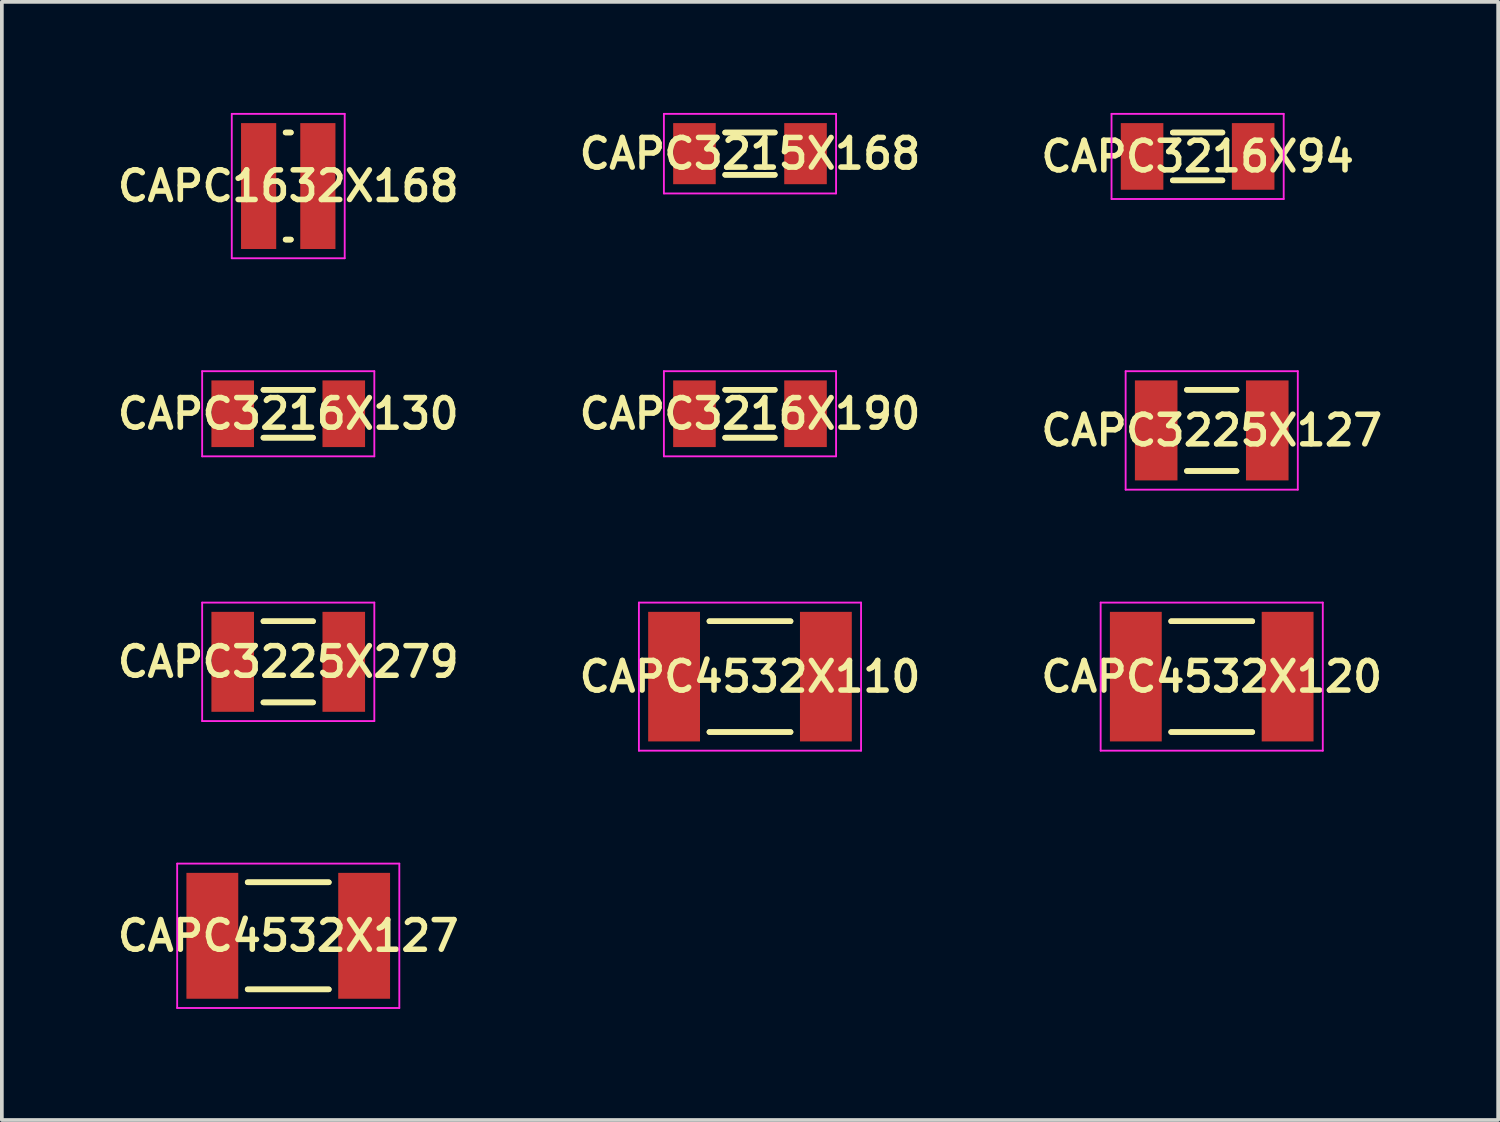
<source format=kicad_pcb>
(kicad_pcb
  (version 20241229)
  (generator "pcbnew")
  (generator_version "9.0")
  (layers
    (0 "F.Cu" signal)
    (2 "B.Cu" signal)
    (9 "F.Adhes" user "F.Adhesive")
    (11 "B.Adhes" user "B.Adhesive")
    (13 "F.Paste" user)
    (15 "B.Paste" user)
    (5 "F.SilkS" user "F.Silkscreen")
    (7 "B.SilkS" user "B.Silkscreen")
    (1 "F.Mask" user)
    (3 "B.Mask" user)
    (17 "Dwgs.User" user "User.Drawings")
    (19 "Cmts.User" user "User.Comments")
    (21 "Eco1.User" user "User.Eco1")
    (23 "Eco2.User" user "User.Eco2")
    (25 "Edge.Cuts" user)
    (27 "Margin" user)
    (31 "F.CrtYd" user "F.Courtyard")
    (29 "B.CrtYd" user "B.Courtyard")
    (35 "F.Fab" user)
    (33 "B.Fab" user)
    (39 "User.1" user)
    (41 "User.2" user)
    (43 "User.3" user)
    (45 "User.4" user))
  (footprint "CAPC3225X279"
    (layer "F.Cu")
    (at 4.735 14.825)
    (property "Reference" "CAPC3225X279" (at 0 0 0) (layer "F.SilkS") (effects (font (size 0.8 0.8) (thickness 0.15))))
    (attr smd)
    (fp_line (start -0.671 -1.096) (end 0.671 -1.096) (stroke (width 0.15) (type solid)) (layer "F.SilkS"))
    (fp_line (start -0.671 1.096) (end 0.671 1.096) (stroke (width 0.15) (type solid)) (layer "F.SilkS"))
    (fp_line (start 0.671 -1.096) (end -0.671 -1.096) (stroke (width 0.15) (type solid)) (layer "F.SilkS"))
    (fp_line (start 0.671 1.096) (end -0.671 1.096) (stroke (width 0.15) (type solid)) (layer "F.SilkS"))
    (fp_line (start -2.325 -1.6) (end 2.325 -1.6) (stroke (width 0.05) (type solid)) (layer "F.CrtYd"))
    (fp_line (start -2.325 1.6) (end -2.325 -1.6) (stroke (width 0.05) (type solid)) (layer "F.CrtYd"))
    (fp_line (start 2.325 -1.6) (end 2.325 1.6) (stroke (width 0.05) (type solid)) (layer "F.CrtYd"))
    (fp_line (start 2.325 1.6) (end -2.325 1.6) (stroke (width 0.05) (type solid)) (layer "F.CrtYd"))
    (pad "1" smd rect (at -1.5 0) (size 1.15 2.7) (layers "F.Cu" "F.Mask" "F.Paste"))
    (pad "2" smd rect (at 1.5 0) (size 1.15 2.7) (layers "F.Cu" "F.Mask" "F.Paste")))
  (footprint "CAPC3215X168"
    (layer "F.Cu")
    (at 17.206 1.1)
    (property "Reference" "CAPC3215X168" (at 0 0 0) (layer "F.SilkS") (effects (font (size 0.8 0.8) (thickness 0.15))))
    (attr smd)
    (fp_line (start -0.671 -0.571) (end 0.671 -0.571) (stroke (width 0.15) (type solid)) (layer "F.SilkS"))
    (fp_line (start -0.671 0.571) (end 0.671 0.571) (stroke (width 0.15) (type solid)) (layer "F.SilkS"))
    (fp_line (start 0.671 -0.571) (end -0.671 -0.571) (stroke (width 0.15) (type solid)) (layer "F.SilkS"))
    (fp_line (start 0.671 0.571) (end -0.671 0.571) (stroke (width 0.15) (type solid)) (layer "F.SilkS"))
    (fp_line (start -2.325 -1.075) (end 2.325 -1.075) (stroke (width 0.05) (type solid)) (layer "F.CrtYd"))
    (fp_line (start -2.325 1.075) (end -2.325 -1.075) (stroke (width 0.05) (type solid)) (layer "F.CrtYd"))
    (fp_line (start 2.325 -1.075) (end 2.325 1.075) (stroke (width 0.05) (type solid)) (layer "F.CrtYd"))
    (fp_line (start 2.325 1.075) (end -2.325 1.075) (stroke (width 0.05) (type solid)) (layer "F.CrtYd"))
    (pad "1" smd rect (at -1.5 0) (size 1.15 1.65) (layers "F.Cu" "F.Mask" "F.Paste"))
    (pad "2" smd rect (at 1.5 0) (size 1.15 1.65) (layers "F.Cu" "F.Mask" "F.Paste")))
  (footprint "CAPC3216X94"
    (layer "F.Cu")
    (at 29.296 1.175)
    (property "Reference" "CAPC3216X94" (at 0 0 0) (layer "F.SilkS") (effects (font (size 0.8 0.8) (thickness 0.15))))
    (attr smd)
    (fp_line (start -0.671 -0.646) (end 0.671 -0.646) (stroke (width 0.15) (type solid)) (layer "F.SilkS"))
    (fp_line (start -0.671 0.646) (end 0.671 0.646) (stroke (width 0.15) (type solid)) (layer "F.SilkS"))
    (fp_line (start 0.671 -0.646) (end -0.671 -0.646) (stroke (width 0.15) (type solid)) (layer "F.SilkS"))
    (fp_line (start 0.671 0.646) (end -0.671 0.646) (stroke (width 0.15) (type solid)) (layer "F.SilkS"))
    (fp_line (start -2.325 -1.15) (end 2.325 -1.15) (stroke (width 0.05) (type solid)) (layer "F.CrtYd"))
    (fp_line (start -2.325 1.15) (end -2.325 -1.15) (stroke (width 0.05) (type solid)) (layer "F.CrtYd"))
    (fp_line (start 2.325 -1.15) (end 2.325 1.15) (stroke (width 0.05) (type solid)) (layer "F.CrtYd"))
    (fp_line (start 2.325 1.15) (end -2.325 1.15) (stroke (width 0.05) (type solid)) (layer "F.CrtYd"))
    (pad "1" smd rect (at -1.5 0) (size 1.15 1.8) (layers "F.Cu" "F.Mask" "F.Paste"))
    (pad "2" smd rect (at 1.5 0) (size 1.15 1.8) (layers "F.Cu" "F.Mask" "F.Paste")))
  (footprint "CAPC4532X127"
    (layer "F.Cu")
    (at 4.735 22.225)
    (property "Reference" "CAPC4532X127" (at 0 0 0) (layer "F.SilkS") (effects (font (size 0.8 0.8) (thickness 0.15))))
    (attr smd)
    (fp_line (start -1.096 -1.446) (end 1.096 -1.446) (stroke (width 0.15) (type solid)) (layer "F.SilkS"))
    (fp_line (start -1.096 1.446) (end 1.096 1.446) (stroke (width 0.15) (type solid)) (layer "F.SilkS"))
    (fp_line (start 1.096 -1.446) (end -1.096 -1.446) (stroke (width 0.15) (type solid)) (layer "F.SilkS"))
    (fp_line (start 1.096 1.446) (end -1.096 1.446) (stroke (width 0.15) (type solid)) (layer "F.SilkS"))
    (fp_line (start -3 -1.95) (end 3 -1.95) (stroke (width 0.05) (type solid)) (layer "F.CrtYd"))
    (fp_line (start -3 1.95) (end -3 -1.95) (stroke (width 0.05) (type solid)) (layer "F.CrtYd"))
    (fp_line (start 3 -1.95) (end 3 1.95) (stroke (width 0.05) (type solid)) (layer "F.CrtYd"))
    (fp_line (start 3 1.95) (end -3 1.95) (stroke (width 0.05) (type solid)) (layer "F.CrtYd"))
    (pad "1" smd rect (at -2.05 0) (size 1.4 3.4) (layers "F.Cu" "F.Mask" "F.Paste"))
    (pad "2" smd rect (at 2.05 0) (size 1.4 3.4) (layers "F.Cu" "F.Mask" "F.Paste")))
  (footprint "CAPC3216X190"
    (layer "F.Cu")
    (at 17.206 8.125)
    (property "Reference" "CAPC3216X190" (at 0 0 0) (layer "F.SilkS") (effects (font (size 0.8 0.8) (thickness 0.15))))
    (attr smd)
    (fp_line (start -0.671 -0.646) (end 0.671 -0.646) (stroke (width 0.15) (type solid)) (layer "F.SilkS"))
    (fp_line (start -0.671 0.646) (end 0.671 0.646) (stroke (width 0.15) (type solid)) (layer "F.SilkS"))
    (fp_line (start 0.671 -0.646) (end -0.671 -0.646) (stroke (width 0.15) (type solid)) (layer "F.SilkS"))
    (fp_line (start 0.671 0.646) (end -0.671 0.646) (stroke (width 0.15) (type solid)) (layer "F.SilkS"))
    (fp_line (start -2.325 -1.15) (end 2.325 -1.15) (stroke (width 0.05) (type solid)) (layer "F.CrtYd"))
    (fp_line (start -2.325 1.15) (end -2.325 -1.15) (stroke (width 0.05) (type solid)) (layer "F.CrtYd"))
    (fp_line (start 2.325 -1.15) (end 2.325 1.15) (stroke (width 0.05) (type solid)) (layer "F.CrtYd"))
    (fp_line (start 2.325 1.15) (end -2.325 1.15) (stroke (width 0.05) (type solid)) (layer "F.CrtYd"))
    (pad "1" smd rect (at -1.5 0) (size 1.15 1.8) (layers "F.Cu" "F.Mask" "F.Paste"))
    (pad "2" smd rect (at 1.5 0) (size 1.15 1.8) (layers "F.Cu" "F.Mask" "F.Paste")))
  (footprint "CAPC4532X110"
    (layer "F.Cu")
    (at 17.206 15.225)
    (property "Reference" "CAPC4532X110" (at 0 0 0) (layer "F.SilkS") (effects (font (size 0.8 0.8) (thickness 0.15))))
    (attr smd)
    (fp_line (start -1.096 -1.496) (end 1.096 -1.496) (stroke (width 0.15) (type solid)) (layer "F.SilkS"))
    (fp_line (start -1.096 1.496) (end 1.096 1.496) (stroke (width 0.15) (type solid)) (layer "F.SilkS"))
    (fp_line (start 1.096 -1.496) (end -1.096 -1.496) (stroke (width 0.15) (type solid)) (layer "F.SilkS"))
    (fp_line (start 1.096 1.496) (end -1.096 1.496) (stroke (width 0.15) (type solid)) (layer "F.SilkS"))
    (fp_line (start -3 -2) (end 3 -2) (stroke (width 0.05) (type solid)) (layer "F.CrtYd"))
    (fp_line (start -3 2) (end -3 -2) (stroke (width 0.05) (type solid)) (layer "F.CrtYd"))
    (fp_line (start 3 -2) (end 3 2) (stroke (width 0.05) (type solid)) (layer "F.CrtYd"))
    (fp_line (start 3 2) (end -3 2) (stroke (width 0.05) (type solid)) (layer "F.CrtYd"))
    (pad "1" smd rect (at -2.05 0) (size 1.4 3.5) (layers "F.Cu" "F.Mask" "F.Paste"))
    (pad "2" smd rect (at 2.05 0) (size 1.4 3.5) (layers "F.Cu" "F.Mask" "F.Paste")))
  (footprint "CAPC3225X127"
    (layer "F.Cu")
    (at 29.677 8.575)
    (property "Reference" "CAPC3225X127" (at 0 0 0) (layer "F.SilkS") (effects (font (size 0.8 0.8) (thickness 0.15))))
    (attr smd)
    (fp_line (start -0.671 -1.096) (end 0.671 -1.096) (stroke (width 0.15) (type solid)) (layer "F.SilkS"))
    (fp_line (start -0.671 1.096) (end 0.671 1.096) (stroke (width 0.15) (type solid)) (layer "F.SilkS"))
    (fp_line (start 0.671 -1.096) (end -0.671 -1.096) (stroke (width 0.15) (type solid)) (layer "F.SilkS"))
    (fp_line (start 0.671 1.096) (end -0.671 1.096) (stroke (width 0.15) (type solid)) (layer "F.SilkS"))
    (fp_line (start -2.325 -1.6) (end 2.325 -1.6) (stroke (width 0.05) (type solid)) (layer "F.CrtYd"))
    (fp_line (start -2.325 1.6) (end -2.325 -1.6) (stroke (width 0.05) (type solid)) (layer "F.CrtYd"))
    (fp_line (start 2.325 -1.6) (end 2.325 1.6) (stroke (width 0.05) (type solid)) (layer "F.CrtYd"))
    (fp_line (start 2.325 1.6) (end -2.325 1.6) (stroke (width 0.05) (type solid)) (layer "F.CrtYd"))
    (pad "1" smd rect (at -1.5 0) (size 1.15 2.7) (layers "F.Cu" "F.Mask" "F.Paste"))
    (pad "2" smd rect (at 1.5 0) (size 1.15 2.7) (layers "F.Cu" "F.Mask" "F.Paste")))
  (footprint "CAPC4532X120"
    (layer "F.Cu")
    (at 29.677 15.225)
    (property "Reference" "CAPC4532X120" (at 0 0 0) (layer "F.SilkS") (effects (font (size 0.8 0.8) (thickness 0.15))))
    (attr smd)
    (fp_line (start -1.096 -1.496) (end 1.096 -1.496) (stroke (width 0.15) (type solid)) (layer "F.SilkS"))
    (fp_line (start -1.096 1.496) (end 1.096 1.496) (stroke (width 0.15) (type solid)) (layer "F.SilkS"))
    (fp_line (start 1.096 -1.496) (end -1.096 -1.496) (stroke (width 0.15) (type solid)) (layer "F.SilkS"))
    (fp_line (start 1.096 1.496) (end -1.096 1.496) (stroke (width 0.15) (type solid)) (layer "F.SilkS"))
    (fp_line (start -3 -2) (end 3 -2) (stroke (width 0.05) (type solid)) (layer "F.CrtYd"))
    (fp_line (start -3 2) (end -3 -2) (stroke (width 0.05) (type solid)) (layer "F.CrtYd"))
    (fp_line (start 3 -2) (end 3 2) (stroke (width 0.05) (type solid)) (layer "F.CrtYd"))
    (fp_line (start 3 2) (end -3 2) (stroke (width 0.05) (type solid)) (layer "F.CrtYd"))
    (pad "1" smd rect (at -2.05 0) (size 1.4 3.5) (layers "F.Cu" "F.Mask" "F.Paste"))
    (pad "2" smd rect (at 2.05 0) (size 1.4 3.5) (layers "F.Cu" "F.Mask" "F.Paste")))
  (footprint "CAPC1632X168"
    (layer "F.Cu")
    (at 4.735 1.975)
    (property "Reference" "CAPC1632X168" (at 0 0 0) (layer "F.SilkS") (effects (font (size 0.8 0.8) (thickness 0.15))))
    (attr smd)
    (fp_line (start -0.071 -1.446) (end 0.071 -1.446) (stroke (width 0.15) (type solid)) (layer "F.SilkS"))
    (fp_line (start -0.071 1.446) (end 0.071 1.446) (stroke (width 0.15) (type solid)) (layer "F.SilkS"))
    (fp_line (start 0.071 -1.446) (end -0.071 -1.446) (stroke (width 0.15) (type solid)) (layer "F.SilkS"))
    (fp_line (start 0.071 1.446) (end -0.071 1.446) (stroke (width 0.15) (type solid)) (layer "F.SilkS"))
    (fp_line (start -1.525 -1.95) (end 1.525 -1.95) (stroke (width 0.05) (type solid)) (layer "F.CrtYd"))
    (fp_line (start -1.525 1.95) (end -1.525 -1.95) (stroke (width 0.05) (type solid)) (layer "F.CrtYd"))
    (fp_line (start 1.525 -1.95) (end 1.525 1.95) (stroke (width 0.05) (type solid)) (layer "F.CrtYd"))
    (fp_line (start 1.525 1.95) (end -1.525 1.95) (stroke (width 0.05) (type solid)) (layer "F.CrtYd"))
    (pad "1" smd rect (at -0.8 0) (size 0.95 3.4) (layers "F.Cu" "F.Mask" "F.Paste"))
    (pad "2" smd rect (at 0.8 0) (size 0.95 3.4) (layers "F.Cu" "F.Mask" "F.Paste")))
  (footprint "CAPC3216X130"
    (layer "F.Cu")
    (at 4.735 8.125)
    (property "Reference" "CAPC3216X130" (at 0 0 0) (layer "F.SilkS") (effects (font (size 0.8 0.8) (thickness 0.15))))
    (attr smd)
    (fp_line (start -0.671 -0.646) (end 0.671 -0.646) (stroke (width 0.15) (type solid)) (layer "F.SilkS"))
    (fp_line (start -0.671 0.646) (end 0.671 0.646) (stroke (width 0.15) (type solid)) (layer "F.SilkS"))
    (fp_line (start 0.671 -0.646) (end -0.671 -0.646) (stroke (width 0.15) (type solid)) (layer "F.SilkS"))
    (fp_line (start 0.671 0.646) (end -0.671 0.646) (stroke (width 0.15) (type solid)) (layer "F.SilkS"))
    (fp_line (start -2.325 -1.15) (end 2.325 -1.15) (stroke (width 0.05) (type solid)) (layer "F.CrtYd"))
    (fp_line (start -2.325 1.15) (end -2.325 -1.15) (stroke (width 0.05) (type solid)) (layer "F.CrtYd"))
    (fp_line (start 2.325 -1.15) (end 2.325 1.15) (stroke (width 0.05) (type solid)) (layer "F.CrtYd"))
    (fp_line (start 2.325 1.15) (end -2.325 1.15) (stroke (width 0.05) (type solid)) (layer "F.CrtYd"))
    (pad "1" smd rect (at -1.5 0) (size 1.15 1.8) (layers "F.Cu" "F.Mask" "F.Paste"))
    (pad "2" smd rect (at 1.5 0) (size 1.15 1.8) (layers "F.Cu" "F.Mask" "F.Paste")))
  (gr_rect
    (start -3 -3)
    (end 37.413 27.2)
    (stroke (width 0.1) (type default))
    (fill no)
    (layer "Edge.Cuts")))
</source>
